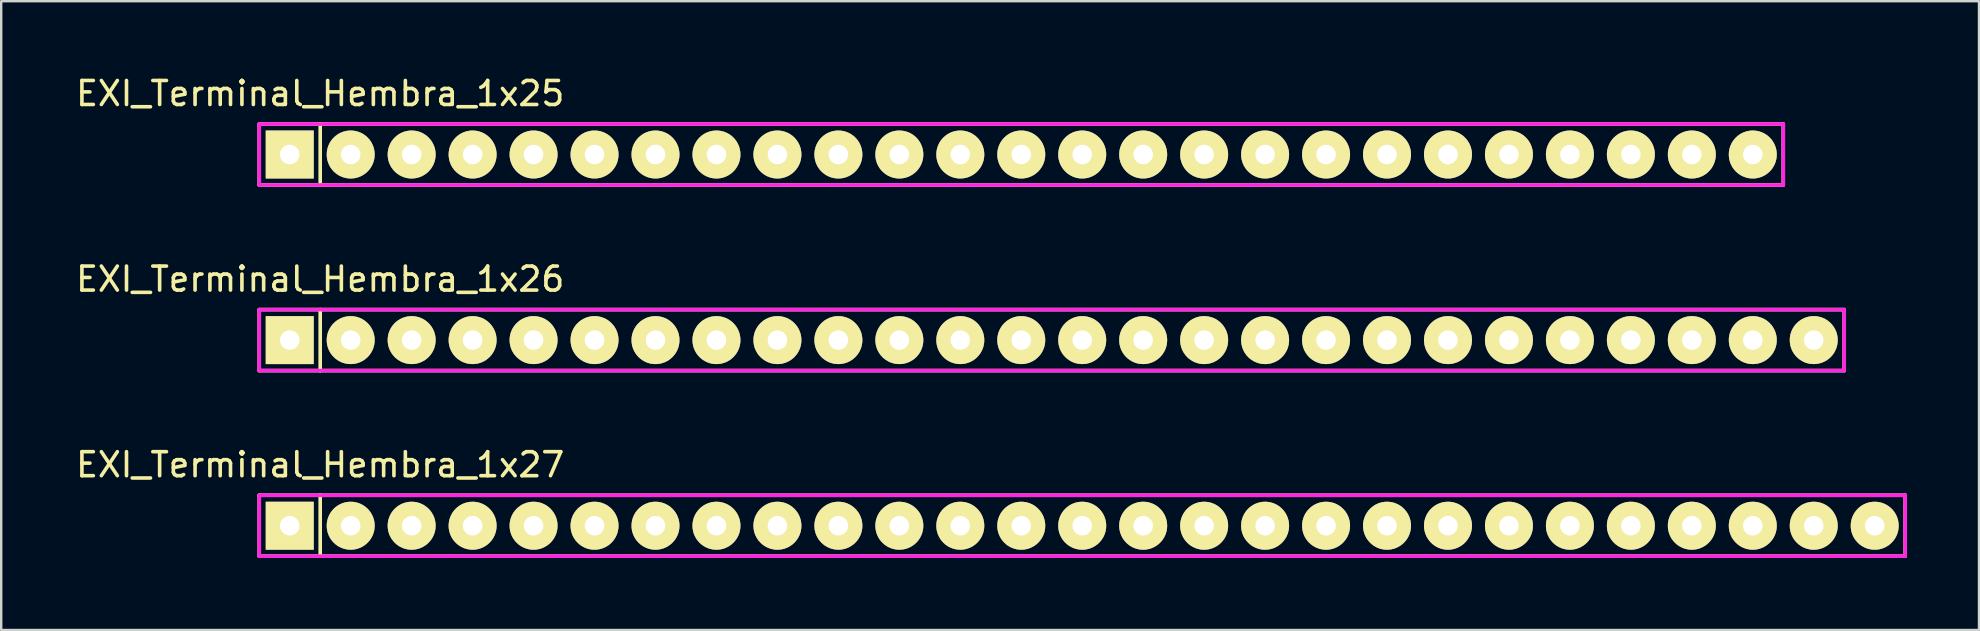
<source format=kicad_pcb>
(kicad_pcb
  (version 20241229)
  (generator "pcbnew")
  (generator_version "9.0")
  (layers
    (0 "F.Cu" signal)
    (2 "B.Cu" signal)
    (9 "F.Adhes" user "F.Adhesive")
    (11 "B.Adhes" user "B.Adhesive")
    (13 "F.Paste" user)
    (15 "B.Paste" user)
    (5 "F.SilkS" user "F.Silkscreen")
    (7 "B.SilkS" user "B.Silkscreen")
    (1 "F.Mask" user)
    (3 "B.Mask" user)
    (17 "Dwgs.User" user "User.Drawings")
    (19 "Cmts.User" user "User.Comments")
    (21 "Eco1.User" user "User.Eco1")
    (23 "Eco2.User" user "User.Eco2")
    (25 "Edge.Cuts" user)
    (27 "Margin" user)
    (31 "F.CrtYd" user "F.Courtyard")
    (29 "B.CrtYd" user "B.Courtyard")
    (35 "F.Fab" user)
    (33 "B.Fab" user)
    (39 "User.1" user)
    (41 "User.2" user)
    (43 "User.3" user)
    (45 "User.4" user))
  (footprint "EXI_Terminal_Hembra_1x25"
    (layer "F.Cu")
    (at 39.502 3.388)
    (property "Reference" "EXI_Terminal_Hembra_1x25" (at -29.21 -2.54 0) (layer "F.SilkS") (effects (font (size 1 1) (thickness 0.15))))
    (attr through_hole)
    (fp_line (start -31.75 -1.27) (end -31.75 1.27) (stroke (width 0.15) (type solid)) (layer "F.SilkS"))
    (fp_line (start -31.75 1.27) (end -29.21 1.27) (stroke (width 0.15) (type solid)) (layer "F.SilkS"))
    (fp_line (start -29.21 -1.27) (end -31.75 -1.27) (stroke (width 0.15) (type solid)) (layer "F.SilkS"))
    (fp_line (start -29.21 -1.27) (end 31.75 -1.27) (stroke (width 0.15) (type solid)) (layer "F.SilkS"))
    (fp_line (start -29.21 1.27) (end -29.21 -1.27) (stroke (width 0.15) (type solid)) (layer "F.SilkS"))
    (fp_line (start 31.75 -1.27) (end 31.75 1.27) (stroke (width 0.15) (type solid)) (layer "F.SilkS"))
    (fp_line (start 31.75 1.27) (end -29.21 1.27) (stroke (width 0.15) (type solid)) (layer "F.SilkS"))
    (fp_line (start -31.75 -1.27) (end 31.75 -1.27) (stroke (width 0.15) (type solid)) (layer "F.CrtYd"))
    (fp_line (start -31.75 1.27) (end -31.75 -1.27) (stroke (width 0.15) (type solid)) (layer "F.CrtYd"))
    (fp_line (start 31.75 1.27) (end -31.75 1.27) (stroke (width 0.15) (type solid)) (layer "F.CrtYd"))
    (fp_line (start 31.75 1.27) (end 31.75 -1.27) (stroke (width 0.15) (type solid)) (layer "F.CrtYd"))
    (pad "1" thru_hole rect (at -30.48 0) (size 1.999 1.999) (drill 0.813) (layers "*.Cu" "*.Mask" "F.SilkS"))
    (pad "2" thru_hole circle (at -27.94 0) (size 1.999 1.999) (drill 0.813) (layers "*.Cu" "*.Mask" "F.SilkS"))
    (pad "3" thru_hole circle (at -25.4 0) (size 1.999 1.999) (drill 0.813) (layers "*.Cu" "*.Mask" "F.SilkS"))
    (pad "4" thru_hole circle (at -22.86 0) (size 1.999 1.999) (drill 0.813) (layers "*.Cu" "*.Mask" "F.SilkS"))
    (pad "5" thru_hole circle (at -20.32 0) (size 1.999 1.999) (drill 0.813) (layers "*.Cu" "*.Mask" "F.SilkS"))
    (pad "6" thru_hole circle (at -17.78 0) (size 1.999 1.999) (drill 0.813) (layers "*.Cu" "*.Mask" "F.SilkS"))
    (pad "7" thru_hole circle (at -15.24 0) (size 1.999 1.999) (drill 0.813) (layers "*.Cu" "*.Mask" "F.SilkS"))
    (pad "8" thru_hole circle (at -12.7 0) (size 1.999 1.999) (drill 0.813) (layers "*.Cu" "*.Mask" "F.SilkS"))
    (pad "9" thru_hole circle (at -10.16 0) (size 1.999 1.999) (drill 0.813) (layers "*.Cu" "*.Mask" "F.SilkS"))
    (pad "10" thru_hole circle (at -7.62 0) (size 1.999 1.999) (drill 0.813) (layers "*.Cu" "*.Mask" "F.SilkS"))
    (pad "11" thru_hole circle (at -5.08 0) (size 1.999 1.999) (drill 0.813) (layers "*.Cu" "*.Mask" "F.SilkS"))
    (pad "12" thru_hole circle (at -2.54 0) (size 1.999 1.999) (drill 0.813) (layers "*.Cu" "*.Mask" "F.SilkS"))
    (pad "13" thru_hole circle (at 0 0) (size 1.999 1.999) (drill 0.813) (layers "*.Cu" "*.Mask" "F.SilkS"))
    (pad "14" thru_hole circle (at 2.54 0) (size 1.999 1.999) (drill 0.813) (layers "*.Cu" "*.Mask" "F.SilkS"))
    (pad "15" thru_hole circle (at 5.08 0) (size 1.999 1.999) (drill 0.813) (layers "*.Cu" "*.Mask" "F.SilkS"))
    (pad "16" thru_hole circle (at 7.62 0) (size 1.999 1.999) (drill 0.813) (layers "*.Cu" "*.Mask" "F.SilkS"))
    (pad "17" thru_hole circle (at 10.16 0) (size 1.999 1.999) (drill 0.813) (layers "*.Cu" "*.Mask" "F.SilkS"))
    (pad "18" thru_hole circle (at 12.7 0) (size 1.999 1.999) (drill 0.813) (layers "*.Cu" "*.Mask" "F.SilkS"))
    (pad "19" thru_hole circle (at 15.24 0) (size 1.999 1.999) (drill 0.813) (layers "*.Cu" "*.Mask" "F.SilkS"))
    (pad "20" thru_hole circle (at 17.78 0) (size 1.999 1.999) (drill 0.813) (layers "*.Cu" "*.Mask" "F.SilkS"))
    (pad "21" thru_hole circle (at 20.32 0) (size 1.999 1.999) (drill 0.813) (layers "*.Cu" "*.Mask" "F.SilkS"))
    (pad "22" thru_hole circle (at 22.86 0) (size 1.999 1.999) (drill 0.813) (layers "*.Cu" "*.Mask" "F.SilkS"))
    (pad "23" thru_hole circle (at 25.4 0) (size 1.999 1.999) (drill 0.813) (layers "*.Cu" "*.Mask" "F.SilkS"))
    (pad "24" thru_hole circle (at 27.94 0) (size 1.999 1.999) (drill 0.813) (layers "*.Cu" "*.Mask" "F.SilkS"))
    (pad "25" thru_hole circle (at 30.48 0) (size 1.999 1.999) (drill 0.813) (layers "*.Cu" "*.Mask" "F.SilkS")))
  (footprint "EXI_Terminal_Hembra_1x27"
    (layer "F.Cu")
    (at 42.042 18.855)
    (property "Reference" "EXI_Terminal_Hembra_1x27" (at -31.75 -2.54 0) (layer "F.SilkS") (effects (font (size 1 1) (thickness 0.15))))
    (attr through_hole)
    (fp_line (start -34.29 -1.27) (end -34.29 1.27) (stroke (width 0.15) (type solid)) (layer "F.SilkS"))
    (fp_line (start -34.29 1.27) (end -31.75 1.27) (stroke (width 0.15) (type solid)) (layer "F.SilkS"))
    (fp_line (start -31.75 -1.27) (end -34.29 -1.27) (stroke (width 0.15) (type solid)) (layer "F.SilkS"))
    (fp_line (start -31.75 -1.27) (end 34.29 -1.27) (stroke (width 0.15) (type solid)) (layer "F.SilkS"))
    (fp_line (start -31.75 1.27) (end -31.75 -1.27) (stroke (width 0.15) (type solid)) (layer "F.SilkS"))
    (fp_line (start 34.29 -1.27) (end 34.29 1.27) (stroke (width 0.15) (type solid)) (layer "F.SilkS"))
    (fp_line (start 34.29 1.27) (end -31.75 1.27) (stroke (width 0.15) (type solid)) (layer "F.SilkS"))
    (fp_line (start -34.29 -1.27) (end 34.29 -1.27) (stroke (width 0.15) (type solid)) (layer "F.CrtYd"))
    (fp_line (start -34.29 1.27) (end -34.29 -1.27) (stroke (width 0.15) (type solid)) (layer "F.CrtYd"))
    (fp_line (start 34.29 1.27) (end -34.29 1.27) (stroke (width 0.15) (type solid)) (layer "F.CrtYd"))
    (fp_line (start 34.29 1.27) (end 34.29 -1.27) (stroke (width 0.15) (type solid)) (layer "F.CrtYd"))
    (pad "1" thru_hole rect (at -33.02 0) (size 1.999 1.999) (drill 0.813) (layers "*.Cu" "*.Mask" "F.SilkS"))
    (pad "2" thru_hole circle (at -30.48 0) (size 1.999 1.999) (drill 0.813) (layers "*.Cu" "*.Mask" "F.SilkS"))
    (pad "3" thru_hole circle (at -27.94 0) (size 1.999 1.999) (drill 0.813) (layers "*.Cu" "*.Mask" "F.SilkS"))
    (pad "4" thru_hole circle (at -25.4 0) (size 1.999 1.999) (drill 0.813) (layers "*.Cu" "*.Mask" "F.SilkS"))
    (pad "5" thru_hole circle (at -22.86 0) (size 1.999 1.999) (drill 0.813) (layers "*.Cu" "*.Mask" "F.SilkS"))
    (pad "6" thru_hole circle (at -20.32 0) (size 1.999 1.999) (drill 0.813) (layers "*.Cu" "*.Mask" "F.SilkS"))
    (pad "7" thru_hole circle (at -17.78 0) (size 1.999 1.999) (drill 0.813) (layers "*.Cu" "*.Mask" "F.SilkS"))
    (pad "8" thru_hole circle (at -15.24 0) (size 1.999 1.999) (drill 0.813) (layers "*.Cu" "*.Mask" "F.SilkS"))
    (pad "9" thru_hole circle (at -12.7 0) (size 1.999 1.999) (drill 0.813) (layers "*.Cu" "*.Mask" "F.SilkS"))
    (pad "10" thru_hole circle (at -10.16 0) (size 1.999 1.999) (drill 0.813) (layers "*.Cu" "*.Mask" "F.SilkS"))
    (pad "11" thru_hole circle (at -7.62 0) (size 1.999 1.999) (drill 0.813) (layers "*.Cu" "*.Mask" "F.SilkS"))
    (pad "12" thru_hole circle (at -5.08 0) (size 1.999 1.999) (drill 0.813) (layers "*.Cu" "*.Mask" "F.SilkS"))
    (pad "13" thru_hole circle (at -2.54 0) (size 1.999 1.999) (drill 0.813) (layers "*.Cu" "*.Mask" "F.SilkS"))
    (pad "14" thru_hole circle (at 0 0) (size 1.999 1.999) (drill 0.813) (layers "*.Cu" "*.Mask" "F.SilkS"))
    (pad "15" thru_hole circle (at 2.54 0) (size 1.999 1.999) (drill 0.813) (layers "*.Cu" "*.Mask" "F.SilkS"))
    (pad "16" thru_hole circle (at 5.08 0) (size 1.999 1.999) (drill 0.813) (layers "*.Cu" "*.Mask" "F.SilkS"))
    (pad "17" thru_hole circle (at 7.62 0) (size 1.999 1.999) (drill 0.813) (layers "*.Cu" "*.Mask" "F.SilkS"))
    (pad "18" thru_hole circle (at 10.16 0) (size 1.999 1.999) (drill 0.813) (layers "*.Cu" "*.Mask" "F.SilkS"))
    (pad "19" thru_hole circle (at 12.7 0) (size 1.999 1.999) (drill 0.813) (layers "*.Cu" "*.Mask" "F.SilkS"))
    (pad "20" thru_hole circle (at 15.24 0) (size 1.999 1.999) (drill 0.813) (layers "*.Cu" "*.Mask" "F.SilkS"))
    (pad "21" thru_hole circle (at 17.78 0) (size 1.999 1.999) (drill 0.813) (layers "*.Cu" "*.Mask" "F.SilkS"))
    (pad "22" thru_hole circle (at 20.32 0) (size 1.999 1.999) (drill 0.813) (layers "*.Cu" "*.Mask" "F.SilkS"))
    (pad "23" thru_hole circle (at 22.86 0) (size 1.999 1.999) (drill 0.813) (layers "*.Cu" "*.Mask" "F.SilkS"))
    (pad "24" thru_hole circle (at 25.4 0) (size 1.999 1.999) (drill 0.813) (layers "*.Cu" "*.Mask" "F.SilkS"))
    (pad "25" thru_hole circle (at 27.94 0) (size 1.999 1.999) (drill 0.813) (layers "*.Cu" "*.Mask" "F.SilkS"))
    (pad "26" thru_hole circle (at 30.48 0) (size 1.999 1.999) (drill 0.813) (layers "*.Cu" "*.Mask" "F.SilkS"))
    (pad "27" thru_hole circle (at 33.02 0) (size 1.999 1.999) (drill 0.813) (layers "*.Cu" "*.Mask" "F.SilkS")))
  (footprint "EXI_Terminal_Hembra_1x26"
    (layer "F.Cu")
    (at 40.772 11.121)
    (property "Reference" "EXI_Terminal_Hembra_1x26" (at -30.48 -2.54 0) (layer "F.SilkS") (effects (font (size 1 1) (thickness 0.15))))
    (attr through_hole)
    (fp_line (start -33.02 -1.27) (end -33.02 1.27) (stroke (width 0.15) (type solid)) (layer "F.SilkS"))
    (fp_line (start -33.02 1.27) (end -30.48 1.27) (stroke (width 0.15) (type solid)) (layer "F.SilkS"))
    (fp_line (start -30.48 -1.27) (end -33.02 -1.27) (stroke (width 0.15) (type solid)) (layer "F.SilkS"))
    (fp_line (start -30.48 -1.27) (end 33.02 -1.27) (stroke (width 0.15) (type solid)) (layer "F.SilkS"))
    (fp_line (start -30.48 1.27) (end -30.48 -1.27) (stroke (width 0.15) (type solid)) (layer "F.SilkS"))
    (fp_line (start 33.02 -1.27) (end 33.02 1.27) (stroke (width 0.15) (type solid)) (layer "F.SilkS"))
    (fp_line (start 33.02 1.27) (end -30.48 1.27) (stroke (width 0.15) (type solid)) (layer "F.SilkS"))
    (fp_line (start -33.02 -1.27) (end 33.02 -1.27) (stroke (width 0.15) (type solid)) (layer "F.CrtYd"))
    (fp_line (start -33.02 1.27) (end -33.02 -1.27) (stroke (width 0.15) (type solid)) (layer "F.CrtYd"))
    (fp_line (start 33.02 1.27) (end -33.02 1.27) (stroke (width 0.15) (type solid)) (layer "F.CrtYd"))
    (fp_line (start 33.02 1.27) (end 33.02 -1.27) (stroke (width 0.15) (type solid)) (layer "F.CrtYd"))
    (pad "1" thru_hole rect (at -31.75 0) (size 1.999 1.999) (drill 0.813) (layers "*.Cu" "*.Mask" "F.SilkS"))
    (pad "2" thru_hole circle (at -29.21 0) (size 1.999 1.999) (drill 0.813) (layers "*.Cu" "*.Mask" "F.SilkS"))
    (pad "3" thru_hole circle (at -26.67 0) (size 1.999 1.999) (drill 0.813) (layers "*.Cu" "*.Mask" "F.SilkS"))
    (pad "4" thru_hole circle (at -24.13 0) (size 1.999 1.999) (drill 0.813) (layers "*.Cu" "*.Mask" "F.SilkS"))
    (pad "5" thru_hole circle (at -21.59 0) (size 1.999 1.999) (drill 0.813) (layers "*.Cu" "*.Mask" "F.SilkS"))
    (pad "6" thru_hole circle (at -19.05 0) (size 1.999 1.999) (drill 0.813) (layers "*.Cu" "*.Mask" "F.SilkS"))
    (pad "7" thru_hole circle (at -16.51 0) (size 1.999 1.999) (drill 0.813) (layers "*.Cu" "*.Mask" "F.SilkS"))
    (pad "8" thru_hole circle (at -13.97 0) (size 1.999 1.999) (drill 0.813) (layers "*.Cu" "*.Mask" "F.SilkS"))
    (pad "9" thru_hole circle (at -11.43 0) (size 1.999 1.999) (drill 0.813) (layers "*.Cu" "*.Mask" "F.SilkS"))
    (pad "10" thru_hole circle (at -8.89 0) (size 1.999 1.999) (drill 0.813) (layers "*.Cu" "*.Mask" "F.SilkS"))
    (pad "11" thru_hole circle (at -6.35 0) (size 1.999 1.999) (drill 0.813) (layers "*.Cu" "*.Mask" "F.SilkS"))
    (pad "12" thru_hole circle (at -3.81 0) (size 1.999 1.999) (drill 0.813) (layers "*.Cu" "*.Mask" "F.SilkS"))
    (pad "13" thru_hole circle (at -1.27 0) (size 1.999 1.999) (drill 0.813) (layers "*.Cu" "*.Mask" "F.SilkS"))
    (pad "14" thru_hole circle (at 1.27 0) (size 1.999 1.999) (drill 0.813) (layers "*.Cu" "*.Mask" "F.SilkS"))
    (pad "15" thru_hole circle (at 3.81 0) (size 1.999 1.999) (drill 0.813) (layers "*.Cu" "*.Mask" "F.SilkS"))
    (pad "16" thru_hole circle (at 6.35 0) (size 1.999 1.999) (drill 0.813) (layers "*.Cu" "*.Mask" "F.SilkS"))
    (pad "17" thru_hole circle (at 8.89 0) (size 1.999 1.999) (drill 0.813) (layers "*.Cu" "*.Mask" "F.SilkS"))
    (pad "18" thru_hole circle (at 11.43 0) (size 1.999 1.999) (drill 0.813) (layers "*.Cu" "*.Mask" "F.SilkS"))
    (pad "19" thru_hole circle (at 13.97 0) (size 1.999 1.999) (drill 0.813) (layers "*.Cu" "*.Mask" "F.SilkS"))
    (pad "20" thru_hole circle (at 16.51 0) (size 1.999 1.999) (drill 0.813) (layers "*.Cu" "*.Mask" "F.SilkS"))
    (pad "21" thru_hole circle (at 19.05 0) (size 1.999 1.999) (drill 0.813) (layers "*.Cu" "*.Mask" "F.SilkS"))
    (pad "22" thru_hole circle (at 21.59 0) (size 1.999 1.999) (drill 0.813) (layers "*.Cu" "*.Mask" "F.SilkS"))
    (pad "23" thru_hole circle (at 24.13 0) (size 1.999 1.999) (drill 0.813) (layers "*.Cu" "*.Mask" "F.SilkS"))
    (pad "24" thru_hole circle (at 26.67 0) (size 1.999 1.999) (drill 0.813) (layers "*.Cu" "*.Mask" "F.SilkS"))
    (pad "25" thru_hole circle (at 29.21 0) (size 1.999 1.999) (drill 0.813) (layers "*.Cu" "*.Mask" "F.SilkS"))
    (pad "26" thru_hole circle (at 31.75 0) (size 1.999 1.999) (drill 0.813) (layers "*.Cu" "*.Mask" "F.SilkS")))
  (gr_rect
    (start -3 -3)
    (end 79.407 23.2)
    (stroke (width 0.1) (type default))
    (fill no)
    (layer "Edge.Cuts")))
</source>
